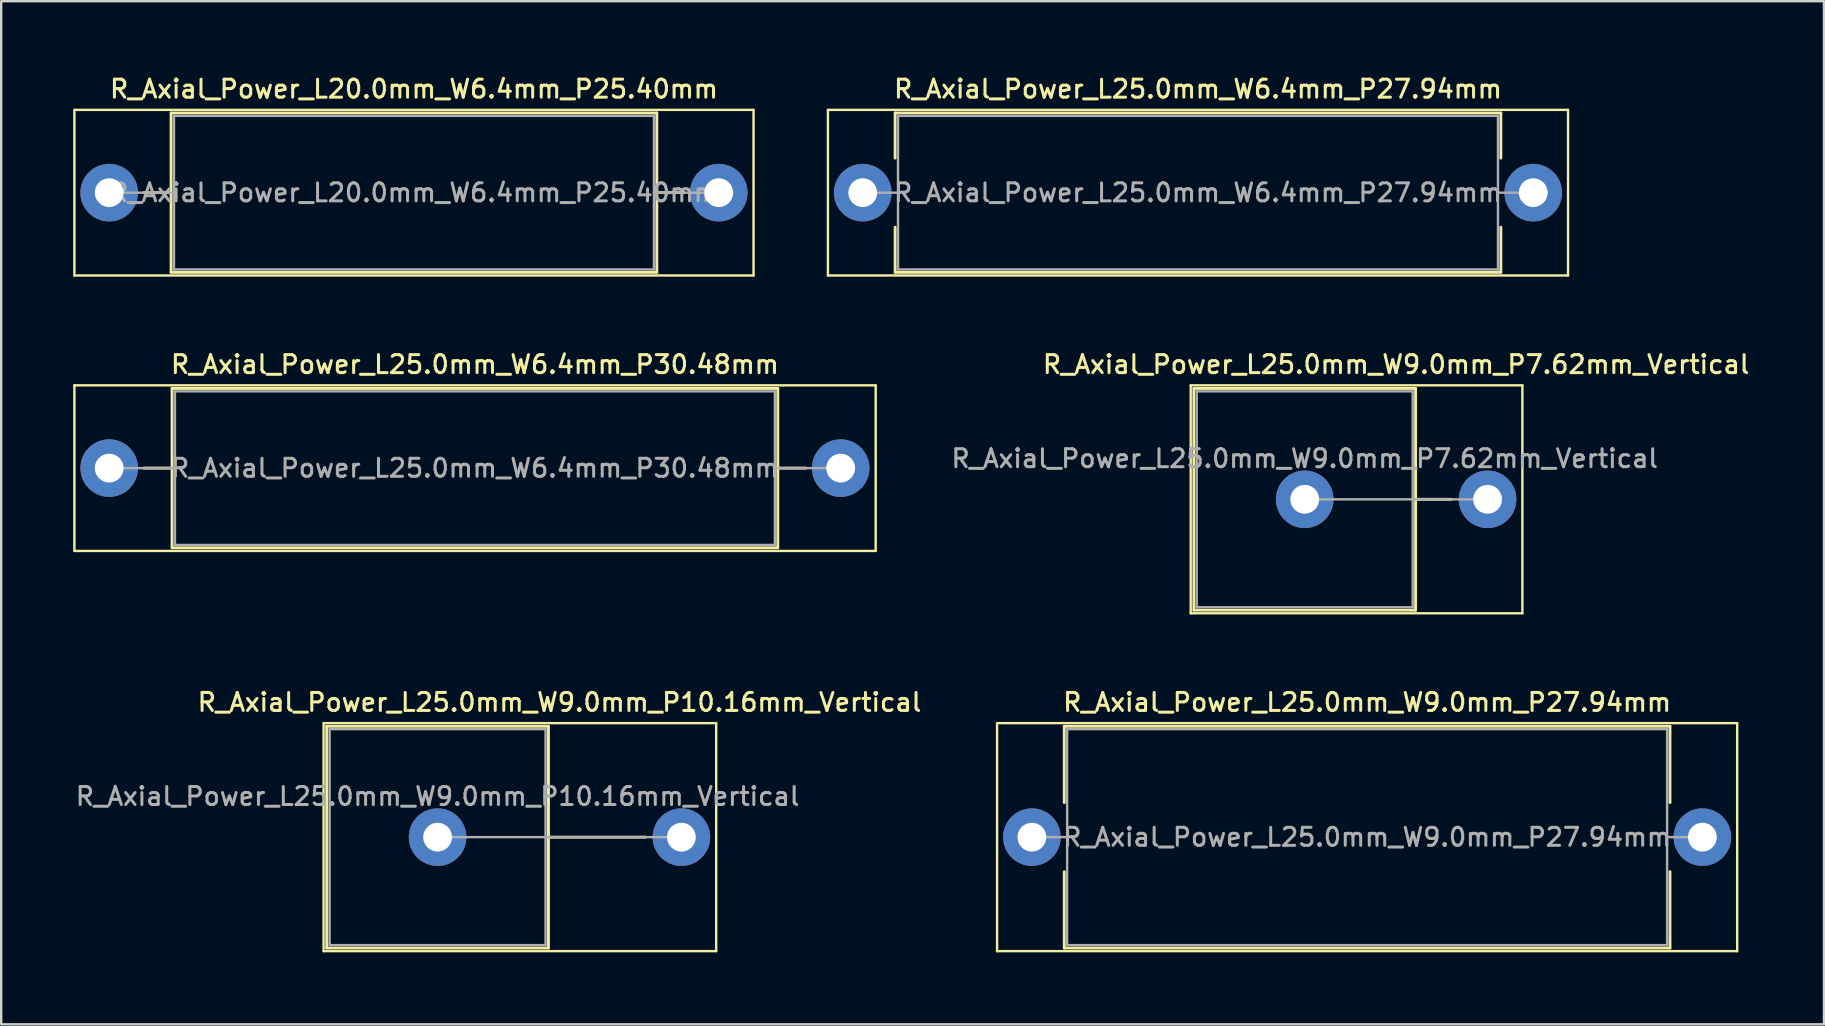
<source format=kicad_pcb>
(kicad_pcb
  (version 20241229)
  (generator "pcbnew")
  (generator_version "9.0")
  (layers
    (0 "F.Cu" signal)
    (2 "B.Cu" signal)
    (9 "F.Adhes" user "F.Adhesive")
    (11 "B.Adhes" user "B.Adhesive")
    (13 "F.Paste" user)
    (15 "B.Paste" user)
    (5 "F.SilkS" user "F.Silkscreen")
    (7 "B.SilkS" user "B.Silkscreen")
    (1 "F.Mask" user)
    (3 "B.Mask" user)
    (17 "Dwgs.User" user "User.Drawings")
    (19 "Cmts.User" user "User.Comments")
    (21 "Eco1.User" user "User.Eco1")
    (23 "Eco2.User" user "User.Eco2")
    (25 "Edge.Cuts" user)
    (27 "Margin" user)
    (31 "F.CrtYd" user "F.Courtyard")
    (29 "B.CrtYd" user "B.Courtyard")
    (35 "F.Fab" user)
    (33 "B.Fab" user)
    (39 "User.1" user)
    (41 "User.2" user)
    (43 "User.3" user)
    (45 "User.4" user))
  (footprint "R_Axial_Power_L25.0mm_W6.4mm_P27.94mm"
    (layer "F.Cu")
    (at 32.9 4.978)
    (property "Reference" "R_Axial_Power_L25.0mm_W6.4mm_P27.94mm" (at 13.97 -4.32 0) (layer "F.SilkS") (effects (font (size 0.75 0.75) (thickness 0.125))))
    (attr through_hole)
    (fp_line (start -1.45 -3.45) (end -1.45 3.45) (stroke (width 0.1) (type solid)) (layer "F.SilkS"))
    (fp_line (start -1.45 3.45) (end 29.39 3.45) (stroke (width 0.1) (type solid)) (layer "F.SilkS"))
    (fp_line (start 1.35 -3.32) (end 26.59 -3.32) (stroke (width 0.12) (type solid)) (layer "F.SilkS"))
    (fp_line (start 1.35 -1.44) (end 1.35 -3.32) (stroke (width 0.12) (type solid)) (layer "F.SilkS"))
    (fp_line (start 1.35 1.44) (end 1.35 3.32) (stroke (width 0.12) (type solid)) (layer "F.SilkS"))
    (fp_line (start 1.35 3.32) (end 26.59 3.32) (stroke (width 0.12) (type solid)) (layer "F.SilkS"))
    (fp_line (start 26.59 -3.32) (end 26.59 -1.44) (stroke (width 0.12) (type solid)) (layer "F.SilkS"))
    (fp_line (start 26.59 3.32) (end 26.59 1.44) (stroke (width 0.12) (type solid)) (layer "F.SilkS"))
    (fp_line (start 29.39 -3.45) (end -1.45 -3.45) (stroke (width 0.1) (type solid)) (layer "F.SilkS"))
    (fp_line (start 29.39 3.45) (end 29.39 -3.45) (stroke (width 0.1) (type solid)) (layer "F.SilkS"))
    (fp_line (start 0 0) (end 1.47 0) (stroke (width 0.1) (type solid)) (layer "F.Fab"))
    (fp_line (start 1.47 -3.2) (end 1.47 3.2) (stroke (width 0.1) (type solid)) (layer "F.Fab"))
    (fp_line (start 1.47 3.2) (end 26.47 3.2) (stroke (width 0.1) (type solid)) (layer "F.Fab"))
    (fp_line (start 26.47 -3.2) (end 1.47 -3.2) (stroke (width 0.1) (type solid)) (layer "F.Fab"))
    (fp_line (start 26.47 3.2) (end 26.47 -3.2) (stroke (width 0.1) (type solid)) (layer "F.Fab"))
    (fp_line (start 27.94 0) (end 26.47 0) (stroke (width 0.1) (type solid)) (layer "F.Fab"))
    (fp_text user "${REFERENCE}" (at 13.97 0 0) (layer "F.Fab") (effects (font (size 0.75 0.75) (thickness 0.125))))
    (pad "1" thru_hole circle (at 0 0) (size 2.4 2.4) (drill 1.2) (layers "*.Cu" "*.Mask"))
    (pad "2" thru_hole oval (at 27.94 0) (size 2.4 2.4) (drill 1.2) (layers "*.Cu" "*.Mask")))
  (footprint "R_Axial_Power_L25.0mm_W9.0mm_P27.94mm"
    (layer "F.Cu")
    (at 39.948 31.834)
    (property "Reference" "R_Axial_Power_L25.0mm_W9.0mm_P27.94mm" (at 13.97 -5.62 0) (layer "F.SilkS") (effects (font (size 0.75 0.75) (thickness 0.125))))
    (attr through_hole)
    (fp_line (start -1.45 -4.75) (end -1.45 4.75) (stroke (width 0.1) (type solid)) (layer "F.SilkS"))
    (fp_line (start -1.45 4.75) (end 29.39 4.75) (stroke (width 0.1) (type solid)) (layer "F.SilkS"))
    (fp_line (start 1.35 -4.62) (end 26.59 -4.62) (stroke (width 0.12) (type solid)) (layer "F.SilkS"))
    (fp_line (start 1.35 -1.44) (end 1.35 -4.62) (stroke (width 0.12) (type solid)) (layer "F.SilkS"))
    (fp_line (start 1.35 1.44) (end 1.35 4.62) (stroke (width 0.12) (type solid)) (layer "F.SilkS"))
    (fp_line (start 1.35 4.62) (end 26.59 4.62) (stroke (width 0.12) (type solid)) (layer "F.SilkS"))
    (fp_line (start 26.59 -4.62) (end 26.59 -1.44) (stroke (width 0.12) (type solid)) (layer "F.SilkS"))
    (fp_line (start 26.59 4.62) (end 26.59 1.44) (stroke (width 0.12) (type solid)) (layer "F.SilkS"))
    (fp_line (start 29.39 -4.75) (end -1.45 -4.75) (stroke (width 0.1) (type solid)) (layer "F.SilkS"))
    (fp_line (start 29.39 4.75) (end 29.39 -4.75) (stroke (width 0.1) (type solid)) (layer "F.SilkS"))
    (fp_line (start 0 0) (end 1.47 0) (stroke (width 0.1) (type solid)) (layer "F.Fab"))
    (fp_line (start 1.47 -4.5) (end 1.47 4.5) (stroke (width 0.1) (type solid)) (layer "F.Fab"))
    (fp_line (start 1.47 4.5) (end 26.47 4.5) (stroke (width 0.1) (type solid)) (layer "F.Fab"))
    (fp_line (start 26.47 -4.5) (end 1.47 -4.5) (stroke (width 0.1) (type solid)) (layer "F.Fab"))
    (fp_line (start 26.47 4.5) (end 26.47 -4.5) (stroke (width 0.1) (type solid)) (layer "F.Fab"))
    (fp_line (start 27.94 0) (end 26.47 0) (stroke (width 0.1) (type solid)) (layer "F.Fab"))
    (fp_text user "${REFERENCE}" (at 13.97 0 0) (layer "F.Fab") (effects (font (size 0.75 0.75) (thickness 0.125))))
    (pad "1" thru_hole circle (at 0 0) (size 2.4 2.4) (drill 1.2) (layers "*.Cu" "*.Mask"))
    (pad "2" thru_hole oval (at 27.94 0) (size 2.4 2.4) (drill 1.2) (layers "*.Cu" "*.Mask")))
  (footprint "R_Axial_Power_L25.0mm_W9.0mm_P7.62mm_Vertical"
    (layer "F.Cu")
    (at 51.317 17.756)
    (property "Reference" "R_Axial_Power_L25.0mm_W9.0mm_P7.62mm_Vertical" (at 3.81 -5.62 0) (layer "F.SilkS") (effects (font (size 0.75 0.75) (thickness 0.125))))
    (attr through_hole)
    (fp_line (start -4.75 -4.75) (end -4.75 4.75) (stroke (width 0.1) (type solid)) (layer "F.SilkS"))
    (fp_line (start -4.75 4.75) (end 9.07 4.75) (stroke (width 0.1) (type solid)) (layer "F.SilkS"))
    (fp_line (start -4.62 -4.62) (end -4.62 4.62) (stroke (width 0.12) (type solid)) (layer "F.SilkS"))
    (fp_line (start -4.62 4.62) (end 4.62 4.62) (stroke (width 0.12) (type solid)) (layer "F.SilkS"))
    (fp_line (start 4.62 -4.62) (end -4.62 -4.62) (stroke (width 0.12) (type solid)) (layer "F.SilkS"))
    (fp_line (start 4.62 0) (end 6.12 0) (stroke (width 0.12) (type solid)) (layer "F.SilkS"))
    (fp_line (start 4.62 4.62) (end 4.62 -4.62) (stroke (width 0.12) (type solid)) (layer "F.SilkS"))
    (fp_line (start 9.07 -4.75) (end -4.75 -4.75) (stroke (width 0.1) (type solid)) (layer "F.SilkS"))
    (fp_line (start 9.07 4.75) (end 9.07 -4.75) (stroke (width 0.1) (type solid)) (layer "F.SilkS"))
    (fp_line (start -4.5 -4.5) (end -4.5 4.5) (stroke (width 0.1) (type solid)) (layer "F.Fab"))
    (fp_line (start -4.5 4.5) (end 4.5 4.5) (stroke (width 0.1) (type solid)) (layer "F.Fab"))
    (fp_line (start 0 0) (end 7.62 0) (stroke (width 0.1) (type solid)) (layer "F.Fab"))
    (fp_line (start 4.5 -4.5) (end -4.5 -4.5) (stroke (width 0.1) (type solid)) (layer "F.Fab"))
    (fp_line (start 4.5 4.5) (end 4.5 -4.5) (stroke (width 0.1) (type solid)) (layer "F.Fab"))
    (fp_text user "${REFERENCE}" (at 0 -1.7 0) (layer "F.Fab") (effects (font (size 0.75 0.75) (thickness 0.125))))
    (pad "1" thru_hole circle (at 0 0) (size 2.4 2.4) (drill 1.2) (layers "*.Cu" "*.Mask"))
    (pad "2" thru_hole oval (at 7.62 0) (size 2.4 2.4) (drill 1.2) (layers "*.Cu" "*.Mask")))
  (footprint "R_Axial_Power_L25.0mm_W9.0mm_P10.16mm_Vertical"
    (layer "F.Cu")
    (at 15.184 31.834)
    (property "Reference" "R_Axial_Power_L25.0mm_W9.0mm_P10.16mm_Vertical" (at 5.08 -5.62 0) (layer "F.SilkS") (effects (font (size 0.75 0.75) (thickness 0.125))))
    (attr through_hole)
    (fp_line (start -4.75 -4.75) (end -4.75 4.75) (stroke (width 0.1) (type solid)) (layer "F.SilkS"))
    (fp_line (start -4.75 4.75) (end 11.61 4.75) (stroke (width 0.1) (type solid)) (layer "F.SilkS"))
    (fp_line (start -4.62 -4.62) (end -4.62 4.62) (stroke (width 0.12) (type solid)) (layer "F.SilkS"))
    (fp_line (start -4.62 4.62) (end 4.62 4.62) (stroke (width 0.12) (type solid)) (layer "F.SilkS"))
    (fp_line (start 4.62 -4.62) (end -4.62 -4.62) (stroke (width 0.12) (type solid)) (layer "F.SilkS"))
    (fp_line (start 4.62 0) (end 8.66 0) (stroke (width 0.12) (type solid)) (layer "F.SilkS"))
    (fp_line (start 4.62 4.62) (end 4.62 -4.62) (stroke (width 0.12) (type solid)) (layer "F.SilkS"))
    (fp_line (start 11.61 -4.75) (end -4.75 -4.75) (stroke (width 0.1) (type solid)) (layer "F.SilkS"))
    (fp_line (start 11.61 4.75) (end 11.61 -4.75) (stroke (width 0.1) (type solid)) (layer "F.SilkS"))
    (fp_line (start -4.5 -4.5) (end -4.5 4.5) (stroke (width 0.1) (type solid)) (layer "F.Fab"))
    (fp_line (start -4.5 4.5) (end 4.5 4.5) (stroke (width 0.1) (type solid)) (layer "F.Fab"))
    (fp_line (start 0 0) (end 10.16 0) (stroke (width 0.1) (type solid)) (layer "F.Fab"))
    (fp_line (start 4.5 -4.5) (end -4.5 -4.5) (stroke (width 0.1) (type solid)) (layer "F.Fab"))
    (fp_line (start 4.5 4.5) (end 4.5 -4.5) (stroke (width 0.1) (type solid)) (layer "F.Fab"))
    (fp_text user "${REFERENCE}" (at 0 -1.7 0) (layer "F.Fab") (effects (font (size 0.75 0.75) (thickness 0.125))))
    (pad "1" thru_hole circle (at 0 0) (size 2.4 2.4) (drill 1.2) (layers "*.Cu" "*.Mask"))
    (pad "2" thru_hole oval (at 10.16 0) (size 2.4 2.4) (drill 1.2) (layers "*.Cu" "*.Mask")))
  (footprint "R_Axial_Power_L20.0mm_W6.4mm_P25.40mm"
    (layer "F.Cu")
    (at 1.5 4.978)
    (property "Reference" "R_Axial_Power_L20.0mm_W6.4mm_P25.40mm" (at 12.7 -4.32 0) (layer "F.SilkS") (effects (font (size 0.75 0.75) (thickness 0.125))))
    (attr through_hole)
    (fp_line (start -1.45 -3.45) (end -1.45 3.45) (stroke (width 0.1) (type solid)) (layer "F.SilkS"))
    (fp_line (start -1.45 3.45) (end 26.85 3.45) (stroke (width 0.1) (type solid)) (layer "F.SilkS"))
    (fp_line (start 1.44 0) (end 2.58 0) (stroke (width 0.12) (type solid)) (layer "F.SilkS"))
    (fp_line (start 2.58 -3.32) (end 2.58 3.32) (stroke (width 0.12) (type solid)) (layer "F.SilkS"))
    (fp_line (start 2.58 3.32) (end 22.82 3.32) (stroke (width 0.12) (type solid)) (layer "F.SilkS"))
    (fp_line (start 22.82 -3.32) (end 2.58 -3.32) (stroke (width 0.12) (type solid)) (layer "F.SilkS"))
    (fp_line (start 22.82 3.32) (end 22.82 -3.32) (stroke (width 0.12) (type solid)) (layer "F.SilkS"))
    (fp_line (start 23.96 0) (end 22.82 0) (stroke (width 0.12) (type solid)) (layer "F.SilkS"))
    (fp_line (start 26.85 -3.45) (end -1.45 -3.45) (stroke (width 0.1) (type solid)) (layer "F.SilkS"))
    (fp_line (start 26.85 3.45) (end 26.85 -3.45) (stroke (width 0.1) (type solid)) (layer "F.SilkS"))
    (fp_line (start 0 0) (end 2.7 0) (stroke (width 0.1) (type solid)) (layer "F.Fab"))
    (fp_line (start 2.7 -3.2) (end 2.7 3.2) (stroke (width 0.1) (type solid)) (layer "F.Fab"))
    (fp_line (start 2.7 3.2) (end 22.7 3.2) (stroke (width 0.1) (type solid)) (layer "F.Fab"))
    (fp_line (start 22.7 -3.2) (end 2.7 -3.2) (stroke (width 0.1) (type solid)) (layer "F.Fab"))
    (fp_line (start 22.7 3.2) (end 22.7 -3.2) (stroke (width 0.1) (type solid)) (layer "F.Fab"))
    (fp_line (start 25.4 0) (end 22.7 0) (stroke (width 0.1) (type solid)) (layer "F.Fab"))
    (fp_text user "${REFERENCE}" (at 12.7 0 0) (layer "F.Fab") (effects (font (size 0.75 0.75) (thickness 0.125))))
    (pad "1" thru_hole circle (at 0 0) (size 2.4 2.4) (drill 1.2) (layers "*.Cu" "*.Mask"))
    (pad "2" thru_hole oval (at 25.4 0) (size 2.4 2.4) (drill 1.2) (layers "*.Cu" "*.Mask")))
  (footprint "R_Axial_Power_L25.0mm_W6.4mm_P30.48mm"
    (layer "F.Cu")
    (at 1.5 16.456)
    (property "Reference" "R_Axial_Power_L25.0mm_W6.4mm_P30.48mm" (at 15.24 -4.32 0) (layer "F.SilkS") (effects (font (size 0.75 0.75) (thickness 0.125))))
    (attr through_hole)
    (fp_line (start -1.45 -3.45) (end -1.45 3.45) (stroke (width 0.1) (type solid)) (layer "F.SilkS"))
    (fp_line (start -1.45 3.45) (end 31.94 3.45) (stroke (width 0.1) (type solid)) (layer "F.SilkS"))
    (fp_line (start 1.44 0) (end 2.62 0) (stroke (width 0.12) (type solid)) (layer "F.SilkS"))
    (fp_line (start 2.62 -3.32) (end 2.62 3.32) (stroke (width 0.12) (type solid)) (layer "F.SilkS"))
    (fp_line (start 2.62 3.32) (end 27.86 3.32) (stroke (width 0.12) (type solid)) (layer "F.SilkS"))
    (fp_line (start 27.86 -3.32) (end 2.62 -3.32) (stroke (width 0.12) (type solid)) (layer "F.SilkS"))
    (fp_line (start 27.86 3.32) (end 27.86 -3.32) (stroke (width 0.12) (type solid)) (layer "F.SilkS"))
    (fp_line (start 29.04 0) (end 27.86 0) (stroke (width 0.12) (type solid)) (layer "F.SilkS"))
    (fp_line (start 31.94 -3.45) (end -1.45 -3.45) (stroke (width 0.1) (type solid)) (layer "F.SilkS"))
    (fp_line (start 31.94 3.45) (end 31.94 -3.45) (stroke (width 0.1) (type solid)) (layer "F.SilkS"))
    (fp_line (start 0 0) (end 2.74 0) (stroke (width 0.1) (type solid)) (layer "F.Fab"))
    (fp_line (start 2.74 -3.2) (end 2.74 3.2) (stroke (width 0.1) (type solid)) (layer "F.Fab"))
    (fp_line (start 2.74 3.2) (end 27.74 3.2) (stroke (width 0.1) (type solid)) (layer "F.Fab"))
    (fp_line (start 27.74 -3.2) (end 2.74 -3.2) (stroke (width 0.1) (type solid)) (layer "F.Fab"))
    (fp_line (start 27.74 3.2) (end 27.74 -3.2) (stroke (width 0.1) (type solid)) (layer "F.Fab"))
    (fp_line (start 30.48 0) (end 27.74 0) (stroke (width 0.1) (type solid)) (layer "F.Fab"))
    (fp_text user "${REFERENCE}" (at 15.24 0 0) (layer "F.Fab") (effects (font (size 0.75 0.75) (thickness 0.125))))
    (pad "1" thru_hole circle (at 0 0) (size 2.4 2.4) (drill 1.2) (layers "*.Cu" "*.Mask"))
    (pad "2" thru_hole oval (at 30.48 0) (size 2.4 2.4) (drill 1.2) (layers "*.Cu" "*.Mask")))
  (gr_rect
    (start -3 -3)
    (end 72.954 39.634)
    (stroke (width 0.1) (type default))
    (fill no)
    (layer "Edge.Cuts")))
</source>
